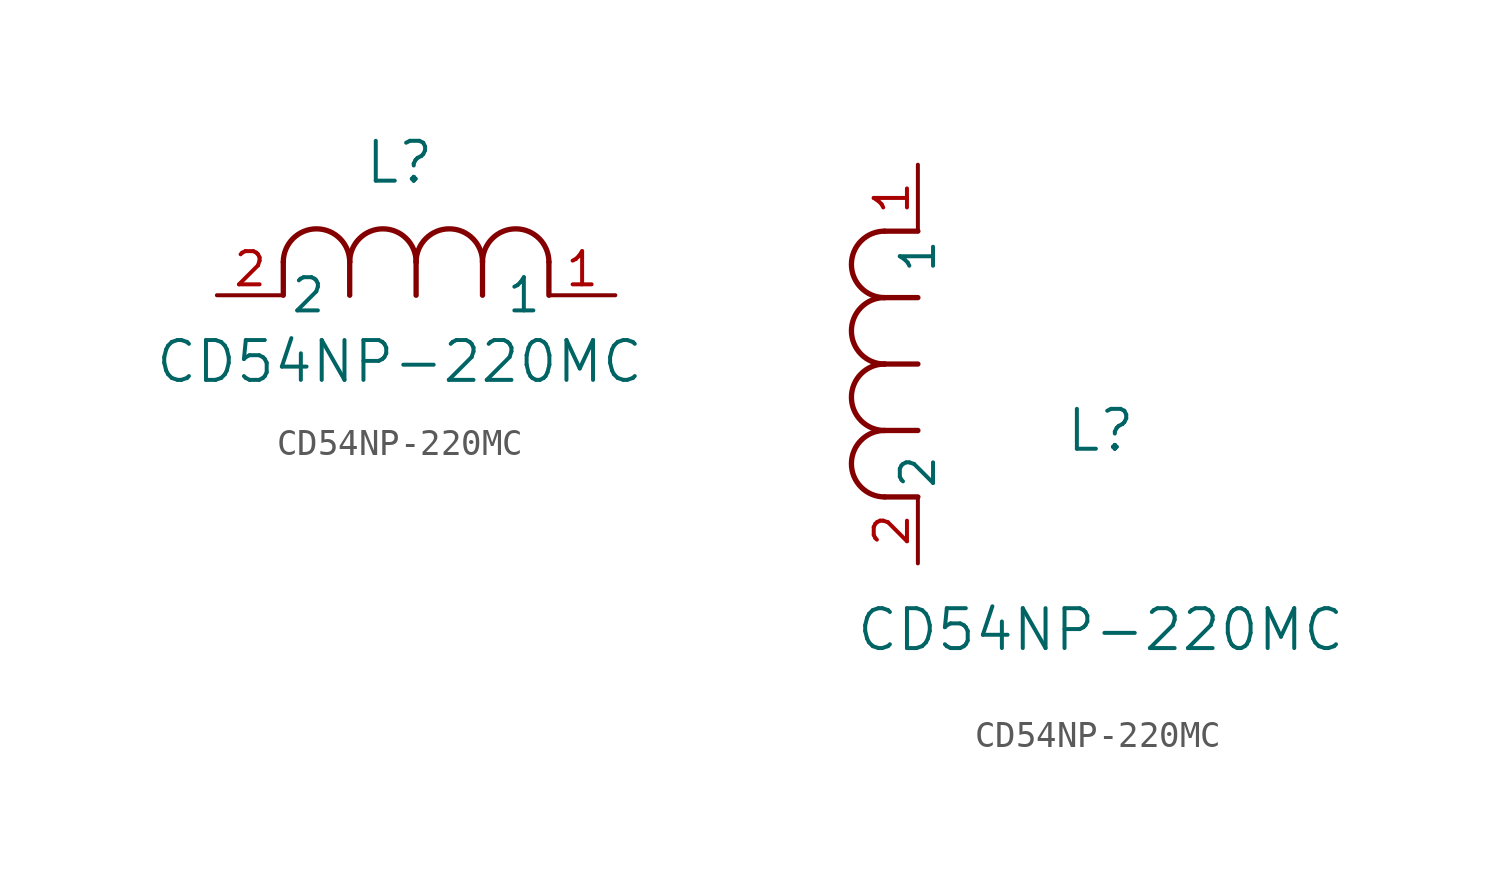
<source format=kicad_sym>
(kicad_symbol_lib
  (version 20211014)
  (generator kicad_symbol_editor)
  (symbol "CD54NP-220MC"
    (pin_names
      (offset 0.254))
    (property "Reference" "L"
      (at 6.985 5.08 0)
      (effects (font (size 1.524 1.524))))
    (property "Value" "CD54NP-220MC"
      (at 6.985 -2.54 0)
      (effects (font (size 1.524 1.524))))
    (symbol "CD54NP-220MC_1_1"
      (arc (start 7.62 1.27) (mid 6.35 2.54) (end 5.08 1.27) (stroke (width 0.2032) (type default) (color 0 0 0 0)) (fill (type none)))
      (polyline (pts (xy 5.08 0) (xy 5.08 1.27)) (stroke (width 0.203) (type default) (color 0 0 0 0)) (fill (type none)))
      (polyline (pts (xy 7.62 0) (xy 7.62 1.27)) (stroke (width 0.203) (type default) (color 0 0 0 0)) (fill (type none)))
      (polyline (pts (xy 12.7 0) (xy 12.7 1.27)) (stroke (width 0.203) (type default) (color 0 0 0 0)) (fill (type none)))
      (arc (start 5.08 1.27) (mid 3.81 2.54) (end 2.54 1.27) (stroke (width 0.2032) (type default) (color 0 0 0 0)) (fill (type none)))
      (arc (start 10.16 1.27) (mid 8.89 2.54) (end 7.62 1.27) (stroke (width 0.2032) (type default) (color 0 0 0 0)) (fill (type none)))
      (arc (start 12.7 1.27) (mid 11.43 2.54) (end 10.16 1.27) (stroke (width 0.2032) (type default) (color 0 0 0 0)) (fill (type none)))
      (polyline (pts (xy 2.54 0) (xy 2.54 1.27)) (stroke (width 0.203) (type default) (color 0 0 0 0)) (fill (type none)))
      (polyline (pts (xy 10.16 0) (xy 10.16 1.27)) (stroke (width 0.203) (type default) (color 0 0 0 0)) (fill (type none)))
      (pin unspecified line (at 0 0 0) (length 2.54) (name "2" (effects (font (size 1.27 1.27)))) (number "2" (effects (font (size 1.27 1.27)))))
      (pin unspecified line (at 15.24 0 180) (length 2.54) (name "1" (effects (font (size 1.27 1.27)))) (number "1" (effects (font (size 1.27 1.27))))))
    (symbol "CD54NP-220MC_1_2"
      (arc (start -1.27 7.62) (mid -2.54 6.35) (end -1.27 5.08) (stroke (width 0.2032) (type default) (color 0 0 0 0)) (fill (type none)))
      (arc (start -1.27 5.08) (mid -2.54 3.81) (end -1.27 2.54) (stroke (width 0.2032) (type default) (color 0 0 0 0)) (fill (type none)))
      (arc (start -1.27 12.7) (mid -2.54 11.43) (end -1.27 10.16) (stroke (width 0.2032) (type default) (color 0 0 0 0)) (fill (type none)))
      (arc (start -1.27 10.16) (mid -2.54 8.89) (end -1.27 7.62) (stroke (width 0.2032) (type default) (color 0 0 0 0)) (fill (type none)))
      (polyline (pts (xy 0 7.62) (xy -1.27 7.62)) (stroke (width 0.203) (type default) (color 0 0 0 0)) (fill (type none)))
      (polyline (pts (xy 0 5.08) (xy -1.27 5.08)) (stroke (width 0.203) (type default) (color 0 0 0 0)) (fill (type none)))
      (polyline (pts (xy 0 12.7) (xy -1.27 12.7)) (stroke (width 0.203) (type default) (color 0 0 0 0)) (fill (type none)))
      (polyline (pts (xy 0 2.54) (xy -1.27 2.54)) (stroke (width 0.203) (type default) (color 0 0 0 0)) (fill (type none)))
      (polyline (pts (xy 0 10.16) (xy -1.27 10.16)) (stroke (width 0.203) (type default) (color 0 0 0 0)) (fill (type none)))
      (pin unspecified line (at 0 0 90) (length 2.54) (name "2" (effects (font (size 1.27 1.27)))) (number "2" (effects (font (size 1.27 1.27)))))
      (pin unspecified line (at 0 15.24 270) (length 2.54) (name "1" (effects (font (size 1.27 1.27)))) (number "1" (effects (font (size 1.27 1.27))))))))
</source>
